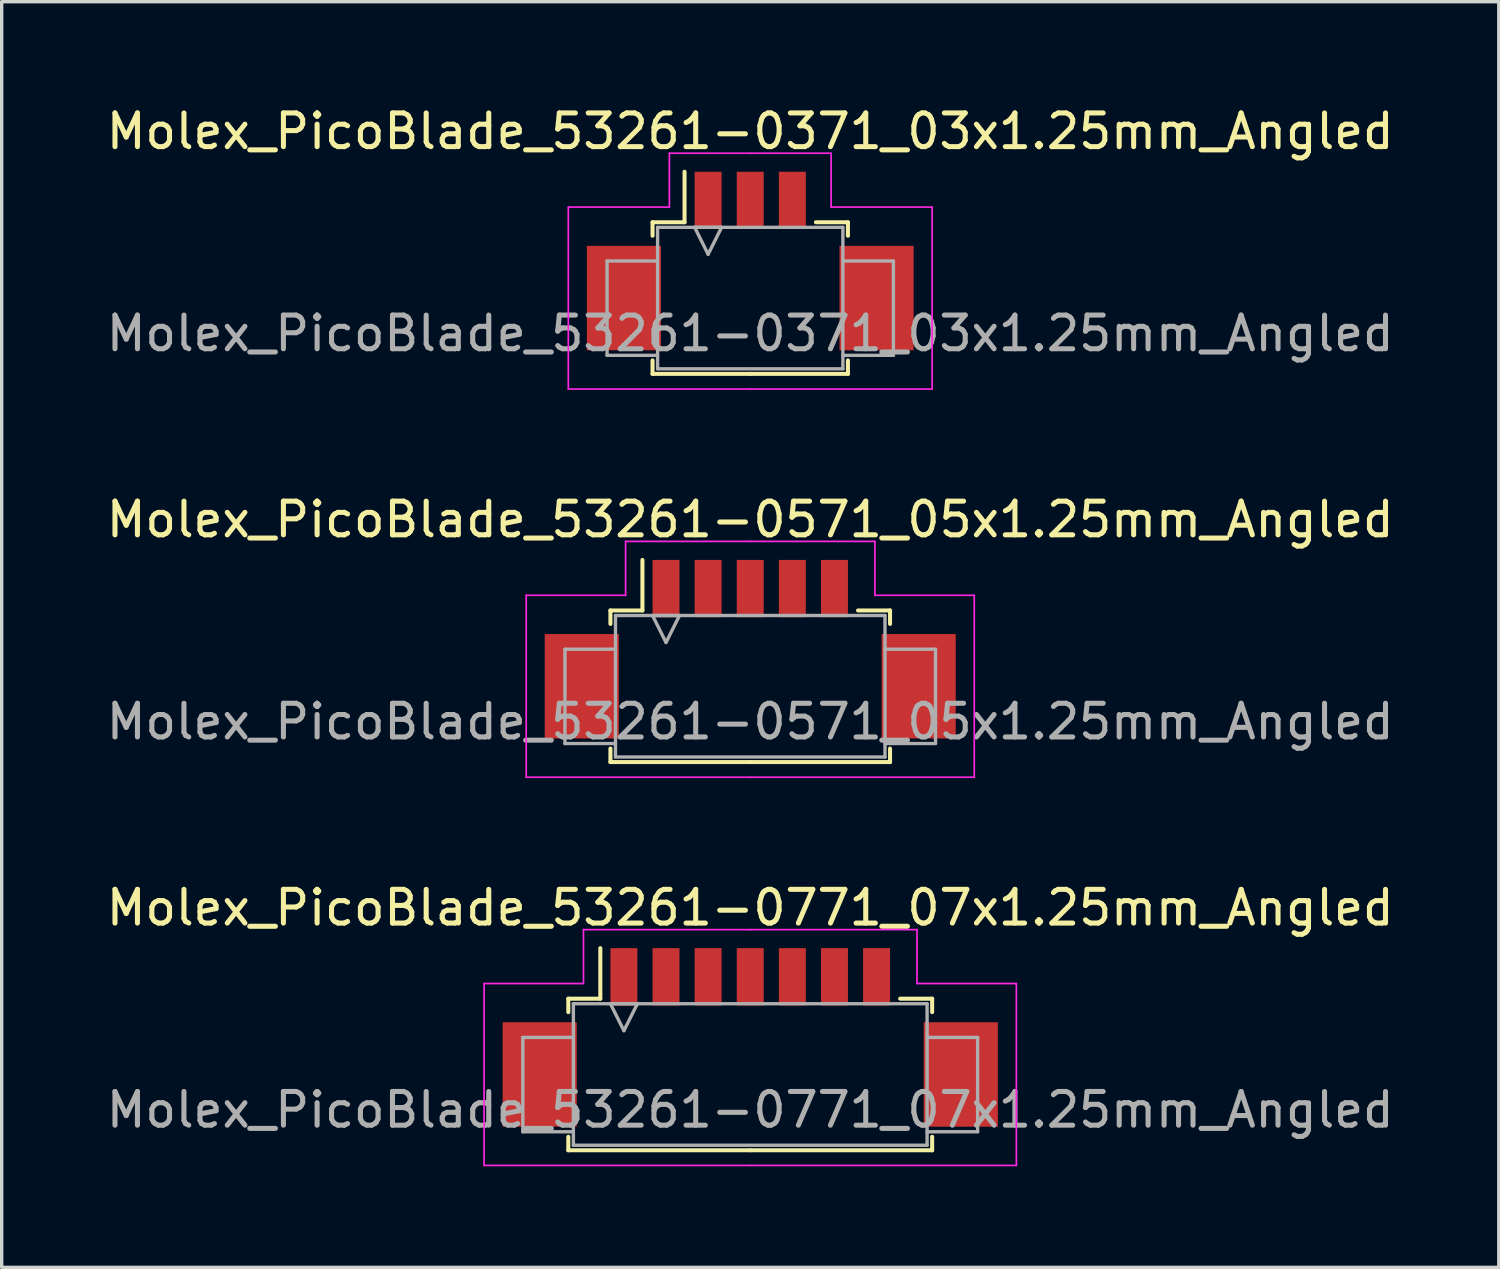
<source format=kicad_pcb>
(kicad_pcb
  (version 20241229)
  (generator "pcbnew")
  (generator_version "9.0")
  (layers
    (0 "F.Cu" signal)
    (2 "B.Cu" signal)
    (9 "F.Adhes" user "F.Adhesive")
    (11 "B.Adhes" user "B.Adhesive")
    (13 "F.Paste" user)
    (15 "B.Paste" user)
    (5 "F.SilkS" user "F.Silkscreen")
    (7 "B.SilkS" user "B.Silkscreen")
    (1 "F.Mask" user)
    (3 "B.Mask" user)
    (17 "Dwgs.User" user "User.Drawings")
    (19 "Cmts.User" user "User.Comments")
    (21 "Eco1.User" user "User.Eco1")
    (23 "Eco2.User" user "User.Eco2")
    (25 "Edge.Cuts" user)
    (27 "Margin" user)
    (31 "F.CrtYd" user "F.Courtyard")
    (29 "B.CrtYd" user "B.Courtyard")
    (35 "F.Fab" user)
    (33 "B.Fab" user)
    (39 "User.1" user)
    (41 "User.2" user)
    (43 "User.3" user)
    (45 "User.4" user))
  (footprint "Molex_PicoBlade_53261-0571_05x1.25mm_Angled"
    (layer "F.Cu")
    (at 19.22 15.871)
    (property "Reference" "Molex_PicoBlade_53261-0571_05x1.25mm_Angled" (at 0 -3.5 0) (layer "F.SilkS") (effects (font (size 1 1) (thickness 0.15))))
    (attr smd)
    (fp_line (start -4.15 -0.8) (end -4.15 -0.4) (stroke (width 0.12) (type solid)) (layer "F.SilkS"))
    (fp_line (start -4.15 3.3) (end -4.15 3.7) (stroke (width 0.12) (type solid)) (layer "F.SilkS"))
    (fp_line (start -4.15 3.7) (end 0 3.7) (stroke (width 0.12) (type solid)) (layer "F.SilkS"))
    (fp_line (start -3.2 -0.8) (end -4.15 -0.8) (stroke (width 0.12) (type solid)) (layer "F.SilkS"))
    (fp_line (start -3.2 -0.8) (end -3.2 -2.3) (stroke (width 0.12) (type solid)) (layer "F.SilkS"))
    (fp_line (start 3.2 -0.8) (end 4.15 -0.8) (stroke (width 0.12) (type solid)) (layer "F.SilkS"))
    (fp_line (start 4.15 -0.8) (end 4.15 -0.4) (stroke (width 0.12) (type solid)) (layer "F.SilkS"))
    (fp_line (start 4.15 3.3) (end 4.15 3.7) (stroke (width 0.12) (type solid)) (layer "F.SilkS"))
    (fp_line (start 4.15 3.7) (end 0 3.7) (stroke (width 0.12) (type solid)) (layer "F.SilkS"))
    (fp_line (start -6.65 -1.25) (end -6.65 4.15) (stroke (width 0.05) (type solid)) (layer "F.CrtYd"))
    (fp_line (start -6.65 4.15) (end 0 4.15) (stroke (width 0.05) (type solid)) (layer "F.CrtYd"))
    (fp_line (start -3.7 -2.85) (end -3.7 -1.25) (stroke (width 0.05) (type solid)) (layer "F.CrtYd"))
    (fp_line (start -3.7 -1.25) (end -6.65 -1.25) (stroke (width 0.05) (type solid)) (layer "F.CrtYd"))
    (fp_line (start 0 -2.85) (end -3.7 -2.85) (stroke (width 0.05) (type solid)) (layer "F.CrtYd"))
    (fp_line (start 0 -2.85) (end 3.7 -2.85) (stroke (width 0.05) (type solid)) (layer "F.CrtYd"))
    (fp_line (start 3.7 -2.85) (end 3.7 -1.25) (stroke (width 0.05) (type solid)) (layer "F.CrtYd"))
    (fp_line (start 3.7 -1.25) (end 6.65 -1.25) (stroke (width 0.05) (type solid)) (layer "F.CrtYd"))
    (fp_line (start 6.65 -1.25) (end 6.65 4.15) (stroke (width 0.05) (type solid)) (layer "F.CrtYd"))
    (fp_line (start 6.65 4.15) (end 0 4.15) (stroke (width 0.05) (type solid)) (layer "F.CrtYd"))
    (fp_line (start -5.5 0.35) (end -5.5 3.15) (stroke (width 0.1) (type solid)) (layer "F.Fab"))
    (fp_line (start -5.5 3.15) (end -4 3.15) (stroke (width 0.1) (type solid)) (layer "F.Fab"))
    (fp_line (start -4 -0.65) (end 4 -0.65) (stroke (width 0.1) (type solid)) (layer "F.Fab"))
    (fp_line (start -4 0.35) (end -5.5 0.35) (stroke (width 0.1) (type solid)) (layer "F.Fab"))
    (fp_line (start -4 3.55) (end -4 -0.65) (stroke (width 0.1) (type solid)) (layer "F.Fab"))
    (fp_line (start -2.9 -0.65) (end -2.5 0.15) (stroke (width 0.1) (type solid)) (layer "F.Fab"))
    (fp_line (start -2.5 0.15) (end -2.1 -0.65) (stroke (width 0.1) (type solid)) (layer "F.Fab"))
    (fp_line (start -2.1 -0.65) (end -2.9 -0.65) (stroke (width 0.1) (type solid)) (layer "F.Fab"))
    (fp_line (start 4 -0.65) (end 4 3.55) (stroke (width 0.1) (type solid)) (layer "F.Fab"))
    (fp_line (start 4 0.35) (end 5.5 0.35) (stroke (width 0.1) (type solid)) (layer "F.Fab"))
    (fp_line (start 4 3.55) (end -4 3.55) (stroke (width 0.1) (type solid)) (layer "F.Fab"))
    (fp_line (start 5.5 0.35) (end 5.5 3.15) (stroke (width 0.1) (type solid)) (layer "F.Fab"))
    (fp_line (start 5.5 3.15) (end 4 3.15) (stroke (width 0.1) (type solid)) (layer "F.Fab"))
    (fp_text user "${REFERENCE}" (at 0 2.5 0) (layer "F.Fab") (effects (font (size 1 1) (thickness 0.15))))
    (pad "" smd rect (at -5 1.45) (size 2.2 3.1) (layers "F.Cu" "F.Mask" "F.Paste"))
    (pad "" smd rect (at 5 1.45) (size 2.2 3.1) (layers "F.Cu" "F.Mask" "F.Paste"))
    (pad "1" smd rect (at -2.5 -1.45) (size 0.8 1.7) (layers "F.Cu" "F.Mask" "F.Paste"))
    (pad "2" smd rect (at -1.25 -1.45) (size 0.8 1.7) (layers "F.Cu" "F.Mask" "F.Paste"))
    (pad "3" smd rect (at 0 -1.45) (size 0.8 1.7) (layers "F.Cu" "F.Mask" "F.Paste"))
    (pad "4" smd rect (at 1.25 -1.45) (size 0.8 1.7) (layers "F.Cu" "F.Mask" "F.Paste"))
    (pad "5" smd rect (at 2.5 -1.45) (size 0.8 1.7) (layers "F.Cu" "F.Mask" "F.Paste")))
  (footprint "Molex_PicoBlade_53261-0771_07x1.25mm_Angled"
    (layer "F.Cu")
    (at 19.22 27.395)
    (property "Reference" "Molex_PicoBlade_53261-0771_07x1.25mm_Angled" (at 0 -3.5 0) (layer "F.SilkS") (effects (font (size 1 1) (thickness 0.15))))
    (attr smd)
    (fp_line (start -5.4 -0.8) (end -5.4 -0.4) (stroke (width 0.12) (type solid)) (layer "F.SilkS"))
    (fp_line (start -5.4 3.3) (end -5.4 3.7) (stroke (width 0.12) (type solid)) (layer "F.SilkS"))
    (fp_line (start -5.4 3.7) (end 0 3.7) (stroke (width 0.12) (type solid)) (layer "F.SilkS"))
    (fp_line (start -4.45 -0.8) (end -5.4 -0.8) (stroke (width 0.12) (type solid)) (layer "F.SilkS"))
    (fp_line (start -4.45 -0.8) (end -4.45 -2.3) (stroke (width 0.12) (type solid)) (layer "F.SilkS"))
    (fp_line (start 4.45 -0.8) (end 5.4 -0.8) (stroke (width 0.12) (type solid)) (layer "F.SilkS"))
    (fp_line (start 5.4 -0.8) (end 5.4 -0.4) (stroke (width 0.12) (type solid)) (layer "F.SilkS"))
    (fp_line (start 5.4 3.3) (end 5.4 3.7) (stroke (width 0.12) (type solid)) (layer "F.SilkS"))
    (fp_line (start 5.4 3.7) (end 0 3.7) (stroke (width 0.12) (type solid)) (layer "F.SilkS"))
    (fp_line (start -7.9 -1.25) (end -7.9 4.15) (stroke (width 0.05) (type solid)) (layer "F.CrtYd"))
    (fp_line (start -7.9 4.15) (end 0 4.15) (stroke (width 0.05) (type solid)) (layer "F.CrtYd"))
    (fp_line (start -4.95 -2.85) (end -4.95 -1.25) (stroke (width 0.05) (type solid)) (layer "F.CrtYd"))
    (fp_line (start -4.95 -1.25) (end -7.9 -1.25) (stroke (width 0.05) (type solid)) (layer "F.CrtYd"))
    (fp_line (start 0 -2.85) (end -4.95 -2.85) (stroke (width 0.05) (type solid)) (layer "F.CrtYd"))
    (fp_line (start 0 -2.85) (end 4.95 -2.85) (stroke (width 0.05) (type solid)) (layer "F.CrtYd"))
    (fp_line (start 4.95 -2.85) (end 4.95 -1.25) (stroke (width 0.05) (type solid)) (layer "F.CrtYd"))
    (fp_line (start 4.95 -1.25) (end 7.9 -1.25) (stroke (width 0.05) (type solid)) (layer "F.CrtYd"))
    (fp_line (start 7.9 -1.25) (end 7.9 4.15) (stroke (width 0.05) (type solid)) (layer "F.CrtYd"))
    (fp_line (start 7.9 4.15) (end 0 4.15) (stroke (width 0.05) (type solid)) (layer "F.CrtYd"))
    (fp_line (start -6.75 0.35) (end -6.75 3.15) (stroke (width 0.1) (type solid)) (layer "F.Fab"))
    (fp_line (start -6.75 3.15) (end -5.25 3.15) (stroke (width 0.1) (type solid)) (layer "F.Fab"))
    (fp_line (start -5.25 -0.65) (end 5.25 -0.65) (stroke (width 0.1) (type solid)) (layer "F.Fab"))
    (fp_line (start -5.25 0.35) (end -6.75 0.35) (stroke (width 0.1) (type solid)) (layer "F.Fab"))
    (fp_line (start -5.25 3.55) (end -5.25 -0.65) (stroke (width 0.1) (type solid)) (layer "F.Fab"))
    (fp_line (start -4.15 -0.65) (end -3.75 0.15) (stroke (width 0.1) (type solid)) (layer "F.Fab"))
    (fp_line (start -3.75 0.15) (end -3.35 -0.65) (stroke (width 0.1) (type solid)) (layer "F.Fab"))
    (fp_line (start -3.35 -0.65) (end -4.15 -0.65) (stroke (width 0.1) (type solid)) (layer "F.Fab"))
    (fp_line (start 5.25 -0.65) (end 5.25 3.55) (stroke (width 0.1) (type solid)) (layer "F.Fab"))
    (fp_line (start 5.25 0.35) (end 6.75 0.35) (stroke (width 0.1) (type solid)) (layer "F.Fab"))
    (fp_line (start 5.25 3.55) (end -5.25 3.55) (stroke (width 0.1) (type solid)) (layer "F.Fab"))
    (fp_line (start 6.75 0.35) (end 6.75 3.15) (stroke (width 0.1) (type solid)) (layer "F.Fab"))
    (fp_line (start 6.75 3.15) (end 5.25 3.15) (stroke (width 0.1) (type solid)) (layer "F.Fab"))
    (fp_text user "${REFERENCE}" (at 0 2.5 0) (layer "F.Fab") (effects (font (size 1 1) (thickness 0.15))))
    (pad "" smd rect (at -6.25 1.45) (size 2.2 3.1) (layers "F.Cu" "F.Mask" "F.Paste"))
    (pad "" smd rect (at 6.25 1.45) (size 2.2 3.1) (layers "F.Cu" "F.Mask" "F.Paste"))
    (pad "1" smd rect (at -3.75 -1.45) (size 0.8 1.7) (layers "F.Cu" "F.Mask" "F.Paste"))
    (pad "2" smd rect (at -2.5 -1.45) (size 0.8 1.7) (layers "F.Cu" "F.Mask" "F.Paste"))
    (pad "3" smd rect (at -1.25 -1.45) (size 0.8 1.7) (layers "F.Cu" "F.Mask" "F.Paste"))
    (pad "4" smd rect (at 0 -1.45) (size 0.8 1.7) (layers "F.Cu" "F.Mask" "F.Paste"))
    (pad "5" smd rect (at 1.25 -1.45) (size 0.8 1.7) (layers "F.Cu" "F.Mask" "F.Paste"))
    (pad "6" smd rect (at 2.5 -1.45) (size 0.8 1.7) (layers "F.Cu" "F.Mask" "F.Paste"))
    (pad "7" smd rect (at 3.75 -1.45) (size 0.8 1.7) (layers "F.Cu" "F.Mask" "F.Paste")))
  (footprint "Molex_PicoBlade_53261-0371_03x1.25mm_Angled"
    (layer "F.Cu")
    (at 19.22 4.348)
    (property "Reference" "Molex_PicoBlade_53261-0371_03x1.25mm_Angled" (at 0 -3.5 0) (layer "F.SilkS") (effects (font (size 1 1) (thickness 0.15))))
    (attr smd)
    (fp_line (start -2.9 -0.8) (end -2.9 -0.4) (stroke (width 0.12) (type solid)) (layer "F.SilkS"))
    (fp_line (start -2.9 3.3) (end -2.9 3.7) (stroke (width 0.12) (type solid)) (layer "F.SilkS"))
    (fp_line (start -2.9 3.7) (end 0 3.7) (stroke (width 0.12) (type solid)) (layer "F.SilkS"))
    (fp_line (start -1.95 -0.8) (end -2.9 -0.8) (stroke (width 0.12) (type solid)) (layer "F.SilkS"))
    (fp_line (start -1.95 -0.8) (end -1.95 -2.3) (stroke (width 0.12) (type solid)) (layer "F.SilkS"))
    (fp_line (start 1.95 -0.8) (end 2.9 -0.8) (stroke (width 0.12) (type solid)) (layer "F.SilkS"))
    (fp_line (start 2.9 -0.8) (end 2.9 -0.4) (stroke (width 0.12) (type solid)) (layer "F.SilkS"))
    (fp_line (start 2.9 3.3) (end 2.9 3.7) (stroke (width 0.12) (type solid)) (layer "F.SilkS"))
    (fp_line (start 2.9 3.7) (end 0 3.7) (stroke (width 0.12) (type solid)) (layer "F.SilkS"))
    (fp_line (start -5.4 -1.25) (end -5.4 4.15) (stroke (width 0.05) (type solid)) (layer "F.CrtYd"))
    (fp_line (start -5.4 4.15) (end 0 4.15) (stroke (width 0.05) (type solid)) (layer "F.CrtYd"))
    (fp_line (start -2.4 -2.85) (end -2.4 -1.25) (stroke (width 0.05) (type solid)) (layer "F.CrtYd"))
    (fp_line (start -2.4 -1.25) (end -5.4 -1.25) (stroke (width 0.05) (type solid)) (layer "F.CrtYd"))
    (fp_line (start 0 -2.85) (end -2.4 -2.85) (stroke (width 0.05) (type solid)) (layer "F.CrtYd"))
    (fp_line (start 0 -2.85) (end 2.4 -2.85) (stroke (width 0.05) (type solid)) (layer "F.CrtYd"))
    (fp_line (start 2.4 -2.85) (end 2.4 -1.25) (stroke (width 0.05) (type solid)) (layer "F.CrtYd"))
    (fp_line (start 2.4 -1.25) (end 5.4 -1.25) (stroke (width 0.05) (type solid)) (layer "F.CrtYd"))
    (fp_line (start 5.4 -1.25) (end 5.4 4.15) (stroke (width 0.05) (type solid)) (layer "F.CrtYd"))
    (fp_line (start 5.4 4.15) (end 0 4.15) (stroke (width 0.05) (type solid)) (layer "F.CrtYd"))
    (fp_line (start -4.25 0.35) (end -4.25 3.15) (stroke (width 0.1) (type solid)) (layer "F.Fab"))
    (fp_line (start -4.25 3.15) (end -2.75 3.15) (stroke (width 0.1) (type solid)) (layer "F.Fab"))
    (fp_line (start -2.75 -0.65) (end 2.75 -0.65) (stroke (width 0.1) (type solid)) (layer "F.Fab"))
    (fp_line (start -2.75 0.35) (end -4.25 0.35) (stroke (width 0.1) (type solid)) (layer "F.Fab"))
    (fp_line (start -2.75 3.55) (end -2.75 -0.65) (stroke (width 0.1) (type solid)) (layer "F.Fab"))
    (fp_line (start -1.65 -0.65) (end -1.25 0.15) (stroke (width 0.1) (type solid)) (layer "F.Fab"))
    (fp_line (start -1.25 0.15) (end -0.85 -0.65) (stroke (width 0.1) (type solid)) (layer "F.Fab"))
    (fp_line (start -0.85 -0.65) (end -1.65 -0.65) (stroke (width 0.1) (type solid)) (layer "F.Fab"))
    (fp_line (start 2.75 -0.65) (end 2.75 3.55) (stroke (width 0.1) (type solid)) (layer "F.Fab"))
    (fp_line (start 2.75 0.35) (end 4.25 0.35) (stroke (width 0.1) (type solid)) (layer "F.Fab"))
    (fp_line (start 2.75 3.55) (end -2.75 3.55) (stroke (width 0.1) (type solid)) (layer "F.Fab"))
    (fp_line (start 4.25 0.35) (end 4.25 3.15) (stroke (width 0.1) (type solid)) (layer "F.Fab"))
    (fp_line (start 4.25 3.15) (end 2.75 3.15) (stroke (width 0.1) (type solid)) (layer "F.Fab"))
    (fp_text user "${REFERENCE}" (at 0 2.5 0) (layer "F.Fab") (effects (font (size 1 1) (thickness 0.15))))
    (pad "" smd rect (at -3.75 1.45) (size 2.2 3.1) (layers "F.Cu" "F.Mask" "F.Paste"))
    (pad "" smd rect (at 3.75 1.45) (size 2.2 3.1) (layers "F.Cu" "F.Mask" "F.Paste"))
    (pad "1" smd rect (at -1.25 -1.45) (size 0.8 1.7) (layers "F.Cu" "F.Mask" "F.Paste"))
    (pad "2" smd rect (at 0 -1.45) (size 0.8 1.7) (layers "F.Cu" "F.Mask" "F.Paste"))
    (pad "3" smd rect (at 1.25 -1.45) (size 0.8 1.7) (layers "F.Cu" "F.Mask" "F.Paste")))
  (gr_rect
    (start -3 -3)
    (end 41.44 34.57)
    (stroke (width 0.1) (type default))
    (fill no)
    (layer "Edge.Cuts")))
</source>
